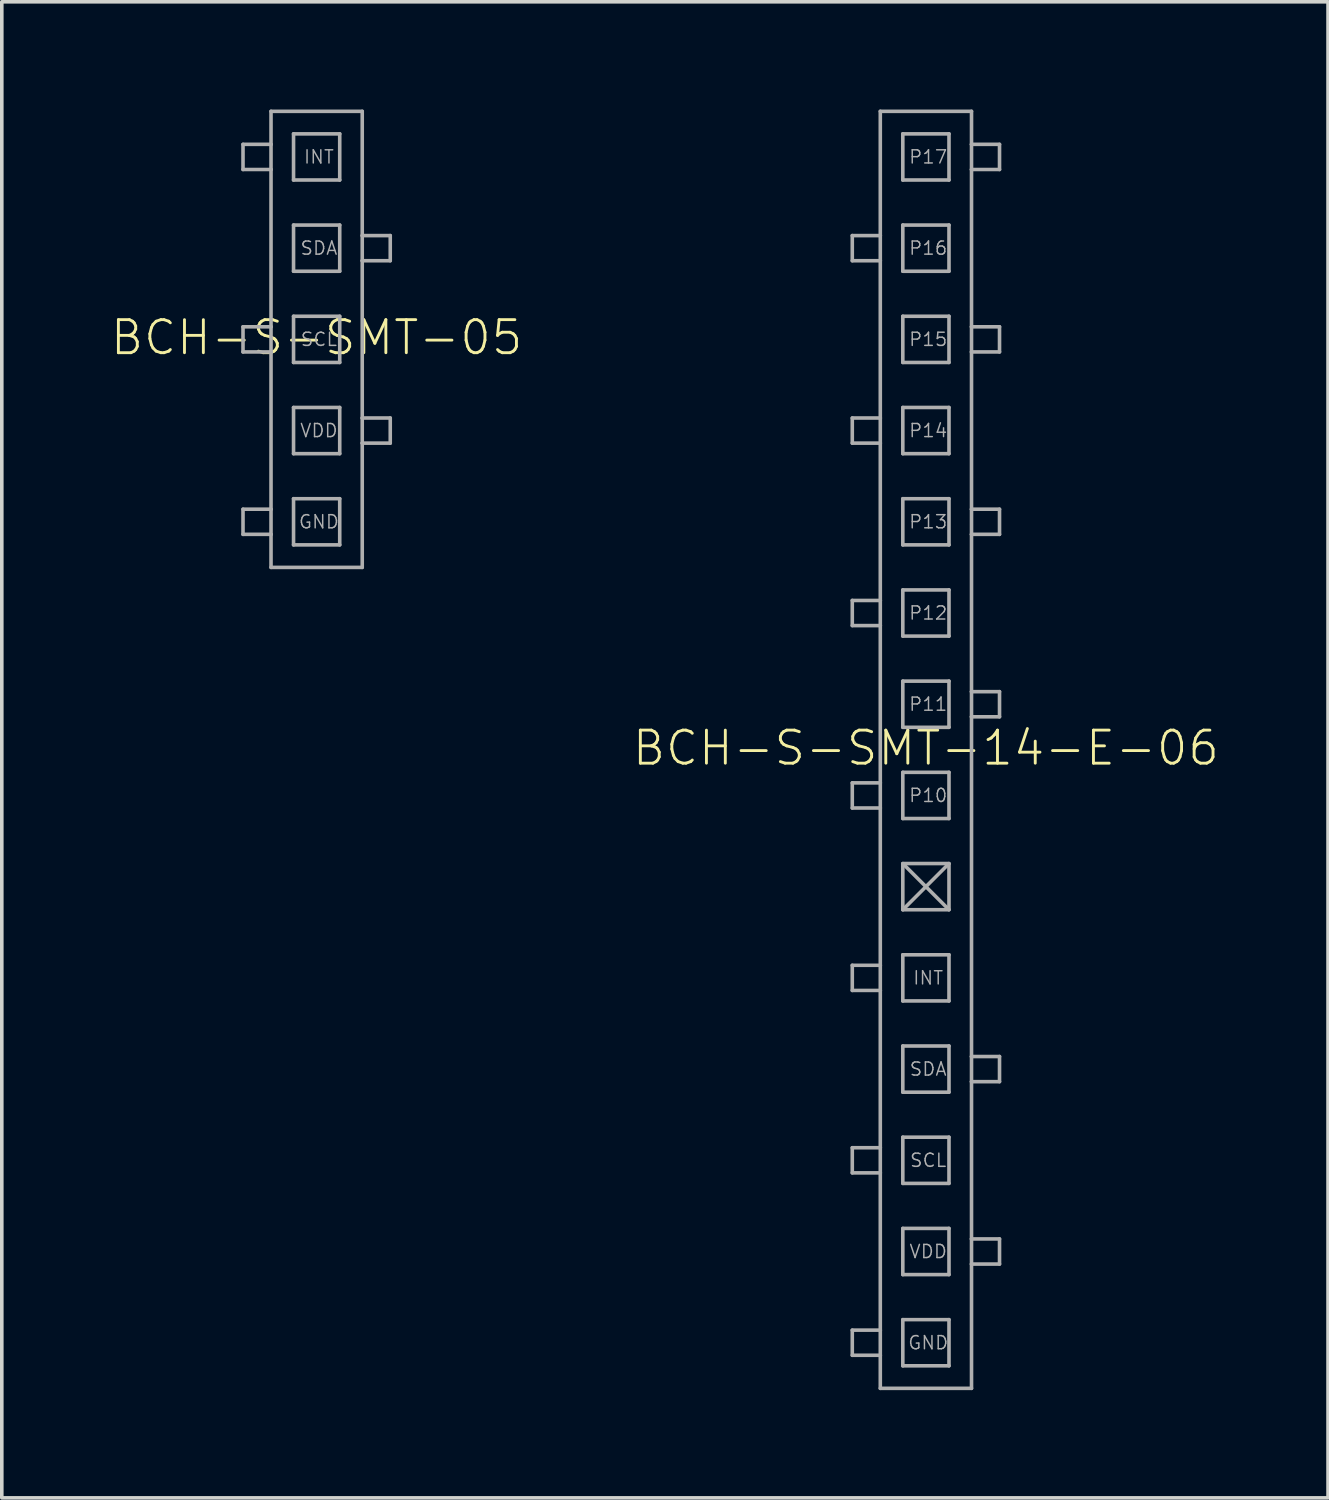
<source format=kicad_pcb>
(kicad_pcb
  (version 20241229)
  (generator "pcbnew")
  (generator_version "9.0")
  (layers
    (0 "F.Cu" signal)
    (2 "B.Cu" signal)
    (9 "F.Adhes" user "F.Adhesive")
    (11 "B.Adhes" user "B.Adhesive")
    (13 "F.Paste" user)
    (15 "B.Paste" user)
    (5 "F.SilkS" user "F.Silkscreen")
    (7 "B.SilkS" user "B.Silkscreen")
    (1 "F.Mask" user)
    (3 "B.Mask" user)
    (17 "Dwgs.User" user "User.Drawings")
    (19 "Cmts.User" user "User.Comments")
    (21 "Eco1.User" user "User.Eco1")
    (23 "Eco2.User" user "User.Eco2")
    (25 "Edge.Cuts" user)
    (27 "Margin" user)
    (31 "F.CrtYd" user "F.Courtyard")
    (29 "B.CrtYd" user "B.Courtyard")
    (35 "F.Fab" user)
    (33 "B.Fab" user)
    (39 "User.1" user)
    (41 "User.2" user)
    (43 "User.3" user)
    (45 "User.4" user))
  (footprint "BCH-S-SMT-14-E-06"
    (layer "F.Cu")
    (at 22.733 17.83)
    (property "Reference" "BCH-S-SMT-14-E-06" (at 0 -0.05 0) (unlocked yes) (layer "F.SilkS") (effects (font (size 0.92 0.92) (thickness 0.08))))
    (fp_line (start -2.05 -13.62) (end -2.05 -14.32) (stroke (width 0.1) (type solid)) (layer "F.Fab"))
    (fp_line (start -2.05 -8.54) (end -2.05 -9.24) (stroke (width 0.1) (type solid)) (layer "F.Fab"))
    (fp_line (start -2.05 -3.46) (end -2.05 -4.16) (stroke (width 0.1) (type solid)) (layer "F.Fab"))
    (fp_line (start -2.05 1.62) (end -2.05 0.92) (stroke (width 0.1) (type solid)) (layer "F.Fab"))
    (fp_line (start -2.05 6.7) (end -2.05 6) (stroke (width 0.1) (type solid)) (layer "F.Fab"))
    (fp_line (start -2.05 11.78) (end -2.05 11.08) (stroke (width 0.1) (type solid)) (layer "F.Fab"))
    (fp_line (start -2.05 16.86) (end -2.05 16.16) (stroke (width 0.1) (type solid)) (layer "F.Fab"))
    (fp_line (start -1.27 -17.78) (end -1.27 -14.32) (stroke (width 0.1) (type solid)) (layer "F.Fab"))
    (fp_line (start -1.27 -14.32) (end -2.05 -14.32) (stroke (width 0.1) (type solid)) (layer "F.Fab"))
    (fp_line (start -1.27 -14.32) (end -1.27 -13.62) (stroke (width 0.1) (type solid)) (layer "F.Fab"))
    (fp_line (start -1.27 -13.62) (end -2.05 -13.62) (stroke (width 0.1) (type solid)) (layer "F.Fab"))
    (fp_line (start -1.27 -13.62) (end -1.27 -9.24) (stroke (width 0.1) (type solid)) (layer "F.Fab"))
    (fp_line (start -1.27 -9.24) (end -2.05 -9.24) (stroke (width 0.1) (type solid)) (layer "F.Fab"))
    (fp_line (start -1.27 -9.24) (end -1.27 -8.54) (stroke (width 0.1) (type solid)) (layer "F.Fab"))
    (fp_line (start -1.27 -8.54) (end -2.05 -8.54) (stroke (width 0.1) (type solid)) (layer "F.Fab"))
    (fp_line (start -1.27 -8.54) (end -1.27 -4.16) (stroke (width 0.1) (type solid)) (layer "F.Fab"))
    (fp_line (start -1.27 -4.16) (end -2.05 -4.16) (stroke (width 0.1) (type solid)) (layer "F.Fab"))
    (fp_line (start -1.27 -4.16) (end -1.27 -3.46) (stroke (width 0.1) (type solid)) (layer "F.Fab"))
    (fp_line (start -1.27 -3.46) (end -2.05 -3.46) (stroke (width 0.1) (type solid)) (layer "F.Fab"))
    (fp_line (start -1.27 -3.46) (end -1.27 0.92) (stroke (width 0.1) (type solid)) (layer "F.Fab"))
    (fp_line (start -1.27 0.92) (end -2.05 0.92) (stroke (width 0.1) (type solid)) (layer "F.Fab"))
    (fp_line (start -1.27 0.92) (end -1.27 1.62) (stroke (width 0.1) (type solid)) (layer "F.Fab"))
    (fp_line (start -1.27 1.62) (end -2.05 1.62) (stroke (width 0.1) (type solid)) (layer "F.Fab"))
    (fp_line (start -1.27 1.62) (end -1.27 6) (stroke (width 0.1) (type solid)) (layer "F.Fab"))
    (fp_line (start -1.27 6) (end -2.05 6) (stroke (width 0.1) (type solid)) (layer "F.Fab"))
    (fp_line (start -1.27 6) (end -1.27 6.7) (stroke (width 0.1) (type solid)) (layer "F.Fab"))
    (fp_line (start -1.27 6.7) (end -2.05 6.7) (stroke (width 0.1) (type solid)) (layer "F.Fab"))
    (fp_line (start -1.27 6.7) (end -1.27 11.08) (stroke (width 0.1) (type solid)) (layer "F.Fab"))
    (fp_line (start -1.27 11.08) (end -2.05 11.08) (stroke (width 0.1) (type solid)) (layer "F.Fab"))
    (fp_line (start -1.27 11.08) (end -1.27 11.78) (stroke (width 0.1) (type solid)) (layer "F.Fab"))
    (fp_line (start -1.27 11.78) (end -2.05 11.78) (stroke (width 0.1) (type solid)) (layer "F.Fab"))
    (fp_line (start -1.27 11.78) (end -1.27 16.16) (stroke (width 0.1) (type solid)) (layer "F.Fab"))
    (fp_line (start -1.27 16.16) (end -2.05 16.16) (stroke (width 0.1) (type solid)) (layer "F.Fab"))
    (fp_line (start -1.27 16.16) (end -1.27 16.86) (stroke (width 0.1) (type solid)) (layer "F.Fab"))
    (fp_line (start -1.27 16.86) (end -2.05 16.86) (stroke (width 0.1) (type solid)) (layer "F.Fab"))
    (fp_line (start -1.27 16.86) (end -1.27 17.78) (stroke (width 0.1) (type solid)) (layer "F.Fab"))
    (fp_line (start -1.27 17.78) (end 1.27 17.78) (stroke (width 0.1) (type solid)) (layer "F.Fab"))
    (fp_line (start -0.643 -17.153) (end -0.643 -15.867) (stroke (width 0.1) (type solid)) (layer "F.Fab"))
    (fp_line (start -0.643 -15.867) (end 0.643 -15.867) (stroke (width 0.1) (type solid)) (layer "F.Fab"))
    (fp_line (start -0.643 -14.613) (end -0.643 -13.327) (stroke (width 0.1) (type solid)) (layer "F.Fab"))
    (fp_line (start -0.643 -13.327) (end 0.643 -13.327) (stroke (width 0.1) (type solid)) (layer "F.Fab"))
    (fp_line (start -0.643 -12.073) (end -0.643 -10.787) (stroke (width 0.1) (type solid)) (layer "F.Fab"))
    (fp_line (start -0.643 -10.787) (end 0.643 -10.787) (stroke (width 0.1) (type solid)) (layer "F.Fab"))
    (fp_line (start -0.643 -9.533) (end -0.643 -8.247) (stroke (width 0.1) (type solid)) (layer "F.Fab"))
    (fp_line (start -0.643 -8.247) (end 0.643 -8.247) (stroke (width 0.1) (type solid)) (layer "F.Fab"))
    (fp_line (start -0.643 -6.993) (end -0.643 -5.707) (stroke (width 0.1) (type solid)) (layer "F.Fab"))
    (fp_line (start -0.643 -5.707) (end 0.643 -5.707) (stroke (width 0.1) (type solid)) (layer "F.Fab"))
    (fp_line (start -0.643 -4.453) (end -0.643 -3.167) (stroke (width 0.1) (type solid)) (layer "F.Fab"))
    (fp_line (start -0.643 -3.167) (end 0.643 -3.167) (stroke (width 0.1) (type solid)) (layer "F.Fab"))
    (fp_line (start -0.643 -1.913) (end -0.643 -0.627) (stroke (width 0.1) (type solid)) (layer "F.Fab"))
    (fp_line (start -0.643 -0.627) (end 0.643 -0.627) (stroke (width 0.1) (type solid)) (layer "F.Fab"))
    (fp_line (start -0.643 0.627) (end -0.643 1.913) (stroke (width 0.1) (type solid)) (layer "F.Fab"))
    (fp_line (start -0.643 1.913) (end 0.643 1.913) (stroke (width 0.1) (type solid)) (layer "F.Fab"))
    (fp_line (start -0.643 3.167) (end -0.643 4.453) (stroke (width 0.1) (type solid)) (layer "F.Fab"))
    (fp_line (start -0.643 4.453) (end 0.643 4.453) (stroke (width 0.1) (type solid)) (layer "F.Fab"))
    (fp_line (start -0.643 5.707) (end -0.643 6.993) (stroke (width 0.1) (type solid)) (layer "F.Fab"))
    (fp_line (start -0.643 6.993) (end 0.643 6.993) (stroke (width 0.1) (type solid)) (layer "F.Fab"))
    (fp_line (start -0.643 8.247) (end -0.643 9.533) (stroke (width 0.1) (type solid)) (layer "F.Fab"))
    (fp_line (start -0.643 9.533) (end 0.643 9.533) (stroke (width 0.1) (type solid)) (layer "F.Fab"))
    (fp_line (start -0.643 10.787) (end -0.643 12.073) (stroke (width 0.1) (type solid)) (layer "F.Fab"))
    (fp_line (start -0.643 12.073) (end 0.643 12.073) (stroke (width 0.1) (type solid)) (layer "F.Fab"))
    (fp_line (start -0.643 13.327) (end -0.643 14.613) (stroke (width 0.1) (type solid)) (layer "F.Fab"))
    (fp_line (start -0.643 14.613) (end 0.643 14.613) (stroke (width 0.1) (type solid)) (layer "F.Fab"))
    (fp_line (start -0.643 15.867) (end -0.643 17.153) (stroke (width 0.1) (type solid)) (layer "F.Fab"))
    (fp_line (start -0.643 17.153) (end 0.643 17.153) (stroke (width 0.1) (type solid)) (layer "F.Fab"))
    (fp_line (start -0.635 3.175) (end 0.635 4.445) (stroke (width 0.1) (type solid)) (layer "F.Fab"))
    (fp_line (start -0.635 4.445) (end 0.635 3.175) (stroke (width 0.1) (type solid)) (layer "F.Fab"))
    (fp_line (start 0.643 -17.153) (end -0.643 -17.153) (stroke (width 0.1) (type solid)) (layer "F.Fab"))
    (fp_line (start 0.643 -15.867) (end 0.643 -17.153) (stroke (width 0.1) (type solid)) (layer "F.Fab"))
    (fp_line (start 0.643 -14.613) (end -0.643 -14.613) (stroke (width 0.1) (type solid)) (layer "F.Fab"))
    (fp_line (start 0.643 -13.327) (end 0.643 -14.613) (stroke (width 0.1) (type solid)) (layer "F.Fab"))
    (fp_line (start 0.643 -12.073) (end -0.643 -12.073) (stroke (width 0.1) (type solid)) (layer "F.Fab"))
    (fp_line (start 0.643 -10.787) (end 0.643 -12.073) (stroke (width 0.1) (type solid)) (layer "F.Fab"))
    (fp_line (start 0.643 -9.533) (end -0.643 -9.533) (stroke (width 0.1) (type solid)) (layer "F.Fab"))
    (fp_line (start 0.643 -8.247) (end 0.643 -9.533) (stroke (width 0.1) (type solid)) (layer "F.Fab"))
    (fp_line (start 0.643 -6.993) (end -0.643 -6.993) (stroke (width 0.1) (type solid)) (layer "F.Fab"))
    (fp_line (start 0.643 -5.707) (end 0.643 -6.993) (stroke (width 0.1) (type solid)) (layer "F.Fab"))
    (fp_line (start 0.643 -4.453) (end -0.643 -4.453) (stroke (width 0.1) (type solid)) (layer "F.Fab"))
    (fp_line (start 0.643 -3.167) (end 0.643 -4.453) (stroke (width 0.1) (type solid)) (layer "F.Fab"))
    (fp_line (start 0.643 -1.913) (end -0.643 -1.913) (stroke (width 0.1) (type solid)) (layer "F.Fab"))
    (fp_line (start 0.643 -0.627) (end 0.643 -1.913) (stroke (width 0.1) (type solid)) (layer "F.Fab"))
    (fp_line (start 0.643 0.627) (end -0.643 0.627) (stroke (width 0.1) (type solid)) (layer "F.Fab"))
    (fp_line (start 0.643 1.913) (end 0.643 0.627) (stroke (width 0.1) (type solid)) (layer "F.Fab"))
    (fp_line (start 0.643 3.167) (end -0.643 3.167) (stroke (width 0.1) (type solid)) (layer "F.Fab"))
    (fp_line (start 0.643 4.453) (end 0.643 3.167) (stroke (width 0.1) (type solid)) (layer "F.Fab"))
    (fp_line (start 0.643 5.707) (end -0.643 5.707) (stroke (width 0.1) (type solid)) (layer "F.Fab"))
    (fp_line (start 0.643 6.993) (end 0.643 5.707) (stroke (width 0.1) (type solid)) (layer "F.Fab"))
    (fp_line (start 0.643 8.247) (end -0.643 8.247) (stroke (width 0.1) (type solid)) (layer "F.Fab"))
    (fp_line (start 0.643 9.533) (end 0.643 8.247) (stroke (width 0.1) (type solid)) (layer "F.Fab"))
    (fp_line (start 0.643 10.787) (end -0.643 10.787) (stroke (width 0.1) (type solid)) (layer "F.Fab"))
    (fp_line (start 0.643 12.073) (end 0.643 10.787) (stroke (width 0.1) (type solid)) (layer "F.Fab"))
    (fp_line (start 0.643 13.327) (end -0.643 13.327) (stroke (width 0.1) (type solid)) (layer "F.Fab"))
    (fp_line (start 0.643 14.613) (end 0.643 13.327) (stroke (width 0.1) (type solid)) (layer "F.Fab"))
    (fp_line (start 0.643 15.867) (end -0.643 15.867) (stroke (width 0.1) (type solid)) (layer "F.Fab"))
    (fp_line (start 0.643 17.153) (end 0.643 15.867) (stroke (width 0.1) (type solid)) (layer "F.Fab"))
    (fp_line (start 1.27 -17.78) (end -1.27 -17.78) (stroke (width 0.1) (type solid)) (layer "F.Fab"))
    (fp_line (start 1.27 -16.86) (end 1.27 -17.78) (stroke (width 0.1) (type solid)) (layer "F.Fab"))
    (fp_line (start 1.27 -16.86) (end 2.05 -16.86) (stroke (width 0.1) (type solid)) (layer "F.Fab"))
    (fp_line (start 1.27 -16.16) (end 1.27 -16.86) (stroke (width 0.1) (type solid)) (layer "F.Fab"))
    (fp_line (start 1.27 -16.16) (end 2.05 -16.16) (stroke (width 0.1) (type solid)) (layer "F.Fab"))
    (fp_line (start 1.27 -11.78) (end 1.27 -16.16) (stroke (width 0.1) (type solid)) (layer "F.Fab"))
    (fp_line (start 1.27 -11.78) (end 2.05 -11.78) (stroke (width 0.1) (type solid)) (layer "F.Fab"))
    (fp_line (start 1.27 -11.08) (end 1.27 -11.78) (stroke (width 0.1) (type solid)) (layer "F.Fab"))
    (fp_line (start 1.27 -11.08) (end 2.05 -11.08) (stroke (width 0.1) (type solid)) (layer "F.Fab"))
    (fp_line (start 1.27 -6.7) (end 1.27 -11.08) (stroke (width 0.1) (type solid)) (layer "F.Fab"))
    (fp_line (start 1.27 -6.7) (end 2.05 -6.7) (stroke (width 0.1) (type solid)) (layer "F.Fab"))
    (fp_line (start 1.27 -6) (end 1.27 -6.7) (stroke (width 0.1) (type solid)) (layer "F.Fab"))
    (fp_line (start 1.27 -6) (end 2.05 -6) (stroke (width 0.1) (type solid)) (layer "F.Fab"))
    (fp_line (start 1.27 -1.62) (end 1.27 -6) (stroke (width 0.1) (type solid)) (layer "F.Fab"))
    (fp_line (start 1.27 -1.62) (end 2.05 -1.62) (stroke (width 0.1) (type solid)) (layer "F.Fab"))
    (fp_line (start 1.27 -0.92) (end 1.27 -1.62) (stroke (width 0.1) (type solid)) (layer "F.Fab"))
    (fp_line (start 1.27 -0.92) (end 2.05 -0.92) (stroke (width 0.1) (type solid)) (layer "F.Fab"))
    (fp_line (start 1.27 8.54) (end 1.27 -0.92) (stroke (width 0.1) (type solid)) (layer "F.Fab"))
    (fp_line (start 1.27 8.54) (end 2.05 8.54) (stroke (width 0.1) (type solid)) (layer "F.Fab"))
    (fp_line (start 1.27 9.24) (end 1.27 8.54) (stroke (width 0.1) (type solid)) (layer "F.Fab"))
    (fp_line (start 1.27 9.24) (end 2.05 9.24) (stroke (width 0.1) (type solid)) (layer "F.Fab"))
    (fp_line (start 1.27 13.62) (end 1.27 9.24) (stroke (width 0.1) (type solid)) (layer "F.Fab"))
    (fp_line (start 1.27 13.62) (end 2.05 13.62) (stroke (width 0.1) (type solid)) (layer "F.Fab"))
    (fp_line (start 1.27 14.32) (end 1.27 13.62) (stroke (width 0.1) (type solid)) (layer "F.Fab"))
    (fp_line (start 1.27 14.32) (end 2.05 14.32) (stroke (width 0.1) (type solid)) (layer "F.Fab"))
    (fp_line (start 1.27 17.78) (end 1.27 14.32) (stroke (width 0.1) (type solid)) (layer "F.Fab"))
    (fp_line (start 2.05 -16.86) (end 2.05 -16.16) (stroke (width 0.1) (type solid)) (layer "F.Fab"))
    (fp_line (start 2.05 -11.78) (end 2.05 -11.08) (stroke (width 0.1) (type solid)) (layer "F.Fab"))
    (fp_line (start 2.05 -6.7) (end 2.05 -6) (stroke (width 0.1) (type solid)) (layer "F.Fab"))
    (fp_line (start 2.05 -1.62) (end 2.05 -0.92) (stroke (width 0.1) (type solid)) (layer "F.Fab"))
    (fp_line (start 2.05 8.54) (end 2.05 9.24) (stroke (width 0.1) (type solid)) (layer "F.Fab"))
    (fp_line (start 2.05 13.62) (end 2.05 14.32) (stroke (width 0.1) (type solid)) (layer "F.Fab"))
    (fp_text user "SDA" (at 0.064 8.89 0) (layer "F.Fab") (effects (font (size 0.366 0.366) (thickness 0.041))))
    (fp_text user "P17" (at 0.064 -16.51 0) (layer "F.Fab") (effects (font (size 0.366 0.366) (thickness 0.041))))
    (fp_text user "P14" (at 0.064 -8.89 0) (layer "F.Fab") (effects (font (size 0.366 0.366) (thickness 0.041))))
    (fp_text user "P16" (at 0.064 -13.97 0) (layer "F.Fab") (effects (font (size 0.366 0.366) (thickness 0.041))))
    (fp_text user "P11" (at 0.064 -1.27 0) (layer "F.Fab") (effects (font (size 0.366 0.366) (thickness 0.041))))
    (fp_text user "P10" (at 0.064 1.27 0) (layer "F.Fab") (effects (font (size 0.366 0.366) (thickness 0.041))))
    (fp_text user "VDD" (at 0.064 13.97 0) (layer "F.Fab") (effects (font (size 0.366 0.366) (thickness 0.041))))
    (fp_text user "P15" (at 0.064 -11.43 0) (layer "F.Fab") (effects (font (size 0.366 0.366) (thickness 0.041))))
    (fp_text user "INT" (at 0.064 6.35 0) (layer "F.Fab") (effects (font (size 0.366 0.366) (thickness 0.041))))
    (fp_text user "P13" (at 0.064 -6.35 0) (layer "F.Fab") (effects (font (size 0.366 0.366) (thickness 0.041))))
    (fp_text user "GND" (at 0.064 16.51 0) (layer "F.Fab") (effects (font (size 0.366 0.366) (thickness 0.041))))
    (fp_text user "P12" (at 0.064 -3.81 0) (layer "F.Fab") (effects (font (size 0.366 0.366) (thickness 0.041))))
    (fp_text user "SCL" (at 0.064 11.43 0) (layer "F.Fab") (effects (font (size 0.366 0.366) (thickness 0.041)))))
  (footprint "BCH-S-SMT-05"
    (layer "F.Cu")
    (at 5.767 6.4)
    (property "Reference" "BCH-S-SMT-05" (at 0 -0.05 0) (unlocked yes) (layer "F.SilkS") (effects (font (size 0.92 0.92) (thickness 0.08))))
    (fp_line (start -2.05 -4.73) (end -2.05 -5.43) (stroke (width 0.1) (type solid)) (layer "F.Fab"))
    (fp_line (start -2.05 0.35) (end -2.05 -0.35) (stroke (width 0.1) (type solid)) (layer "F.Fab"))
    (fp_line (start -2.05 5.43) (end -2.05 4.73) (stroke (width 0.1) (type solid)) (layer "F.Fab"))
    (fp_line (start -1.27 -6.35) (end -1.27 -5.43) (stroke (width 0.1) (type solid)) (layer "F.Fab"))
    (fp_line (start -1.27 -5.43) (end -2.05 -5.43) (stroke (width 0.1) (type solid)) (layer "F.Fab"))
    (fp_line (start -1.27 -5.43) (end -1.27 -4.73) (stroke (width 0.1) (type solid)) (layer "F.Fab"))
    (fp_line (start -1.27 -4.73) (end -2.05 -4.73) (stroke (width 0.1) (type solid)) (layer "F.Fab"))
    (fp_line (start -1.27 -4.73) (end -1.27 -0.35) (stroke (width 0.1) (type solid)) (layer "F.Fab"))
    (fp_line (start -1.27 -0.35) (end -2.05 -0.35) (stroke (width 0.1) (type solid)) (layer "F.Fab"))
    (fp_line (start -1.27 -0.35) (end -1.27 0.35) (stroke (width 0.1) (type solid)) (layer "F.Fab"))
    (fp_line (start -1.27 0.35) (end -2.05 0.35) (stroke (width 0.1) (type solid)) (layer "F.Fab"))
    (fp_line (start -1.27 0.35) (end -1.27 4.73) (stroke (width 0.1) (type solid)) (layer "F.Fab"))
    (fp_line (start -1.27 4.73) (end -2.05 4.73) (stroke (width 0.1) (type solid)) (layer "F.Fab"))
    (fp_line (start -1.27 4.73) (end -1.27 5.43) (stroke (width 0.1) (type solid)) (layer "F.Fab"))
    (fp_line (start -1.27 5.43) (end -2.05 5.43) (stroke (width 0.1) (type solid)) (layer "F.Fab"))
    (fp_line (start -1.27 5.43) (end -1.27 6.35) (stroke (width 0.1) (type solid)) (layer "F.Fab"))
    (fp_line (start -1.27 6.35) (end 1.27 6.35) (stroke (width 0.1) (type solid)) (layer "F.Fab"))
    (fp_line (start -0.643 -5.723) (end -0.643 -4.437) (stroke (width 0.1) (type solid)) (layer "F.Fab"))
    (fp_line (start -0.643 -4.437) (end 0.643 -4.437) (stroke (width 0.1) (type solid)) (layer "F.Fab"))
    (fp_line (start -0.643 -3.183) (end -0.643 -1.897) (stroke (width 0.1) (type solid)) (layer "F.Fab"))
    (fp_line (start -0.643 -1.897) (end 0.643 -1.897) (stroke (width 0.1) (type solid)) (layer "F.Fab"))
    (fp_line (start -0.643 -0.643) (end -0.643 0.643) (stroke (width 0.1) (type solid)) (layer "F.Fab"))
    (fp_line (start -0.643 0.643) (end 0.643 0.643) (stroke (width 0.1) (type solid)) (layer "F.Fab"))
    (fp_line (start -0.643 1.897) (end -0.643 3.183) (stroke (width 0.1) (type solid)) (layer "F.Fab"))
    (fp_line (start -0.643 3.183) (end 0.643 3.183) (stroke (width 0.1) (type solid)) (layer "F.Fab"))
    (fp_line (start -0.643 4.437) (end -0.643 5.723) (stroke (width 0.1) (type solid)) (layer "F.Fab"))
    (fp_line (start -0.643 5.723) (end 0.643 5.723) (stroke (width 0.1) (type solid)) (layer "F.Fab"))
    (fp_line (start 0.643 -5.723) (end -0.643 -5.723) (stroke (width 0.1) (type solid)) (layer "F.Fab"))
    (fp_line (start 0.643 -4.437) (end 0.643 -5.723) (stroke (width 0.1) (type solid)) (layer "F.Fab"))
    (fp_line (start 0.643 -3.183) (end -0.643 -3.183) (stroke (width 0.1) (type solid)) (layer "F.Fab"))
    (fp_line (start 0.643 -1.897) (end 0.643 -3.183) (stroke (width 0.1) (type solid)) (layer "F.Fab"))
    (fp_line (start 0.643 -0.643) (end -0.643 -0.643) (stroke (width 0.1) (type solid)) (layer "F.Fab"))
    (fp_line (start 0.643 0.643) (end 0.643 -0.643) (stroke (width 0.1) (type solid)) (layer "F.Fab"))
    (fp_line (start 0.643 1.897) (end -0.643 1.897) (stroke (width 0.1) (type solid)) (layer "F.Fab"))
    (fp_line (start 0.643 3.183) (end 0.643 1.897) (stroke (width 0.1) (type solid)) (layer "F.Fab"))
    (fp_line (start 0.643 4.437) (end -0.643 4.437) (stroke (width 0.1) (type solid)) (layer "F.Fab"))
    (fp_line (start 0.643 5.723) (end 0.643 4.437) (stroke (width 0.1) (type solid)) (layer "F.Fab"))
    (fp_line (start 1.27 -6.35) (end -1.27 -6.35) (stroke (width 0.1) (type solid)) (layer "F.Fab"))
    (fp_line (start 1.27 -2.89) (end 1.27 -6.35) (stroke (width 0.1) (type solid)) (layer "F.Fab"))
    (fp_line (start 1.27 -2.89) (end 2.05 -2.89) (stroke (width 0.1) (type solid)) (layer "F.Fab"))
    (fp_line (start 1.27 -2.19) (end 1.27 -2.89) (stroke (width 0.1) (type solid)) (layer "F.Fab"))
    (fp_line (start 1.27 -2.19) (end 2.05 -2.19) (stroke (width 0.1) (type solid)) (layer "F.Fab"))
    (fp_line (start 1.27 2.19) (end 1.27 -2.19) (stroke (width 0.1) (type solid)) (layer "F.Fab"))
    (fp_line (start 1.27 2.19) (end 2.05 2.19) (stroke (width 0.1) (type solid)) (layer "F.Fab"))
    (fp_line (start 1.27 2.89) (end 1.27 2.19) (stroke (width 0.1) (type solid)) (layer "F.Fab"))
    (fp_line (start 1.27 2.89) (end 2.05 2.89) (stroke (width 0.1) (type solid)) (layer "F.Fab"))
    (fp_line (start 1.27 6.35) (end 1.27 2.89) (stroke (width 0.1) (type solid)) (layer "F.Fab"))
    (fp_line (start 2.05 -2.89) (end 2.05 -2.19) (stroke (width 0.1) (type solid)) (layer "F.Fab"))
    (fp_line (start 2.05 2.19) (end 2.05 2.89) (stroke (width 0.1) (type solid)) (layer "F.Fab"))
    (fp_text user "VDD" (at 0.064 2.54 0) (layer "F.Fab") (effects (font (size 0.366 0.366) (thickness 0.041))))
    (fp_text user "SDA" (at 0.064 -2.54 0) (layer "F.Fab") (effects (font (size 0.366 0.366) (thickness 0.041))))
    (fp_text user "INT" (at 0.064 -5.08 0) (layer "F.Fab") (effects (font (size 0.366 0.366) (thickness 0.041))))
    (fp_text user "SCL" (at 0.064 0 0) (layer "F.Fab") (effects (font (size 0.366 0.366) (thickness 0.041))))
    (fp_text user "GND" (at 0.064 5.08 0) (layer "F.Fab") (effects (font (size 0.366 0.366) (thickness 0.041)))))
  (gr_rect
    (start -3 -3)
    (end 33.931 38.66)
    (stroke (width 0.1) (type default))
    (fill no)
    (layer "Edge.Cuts")))
</source>
